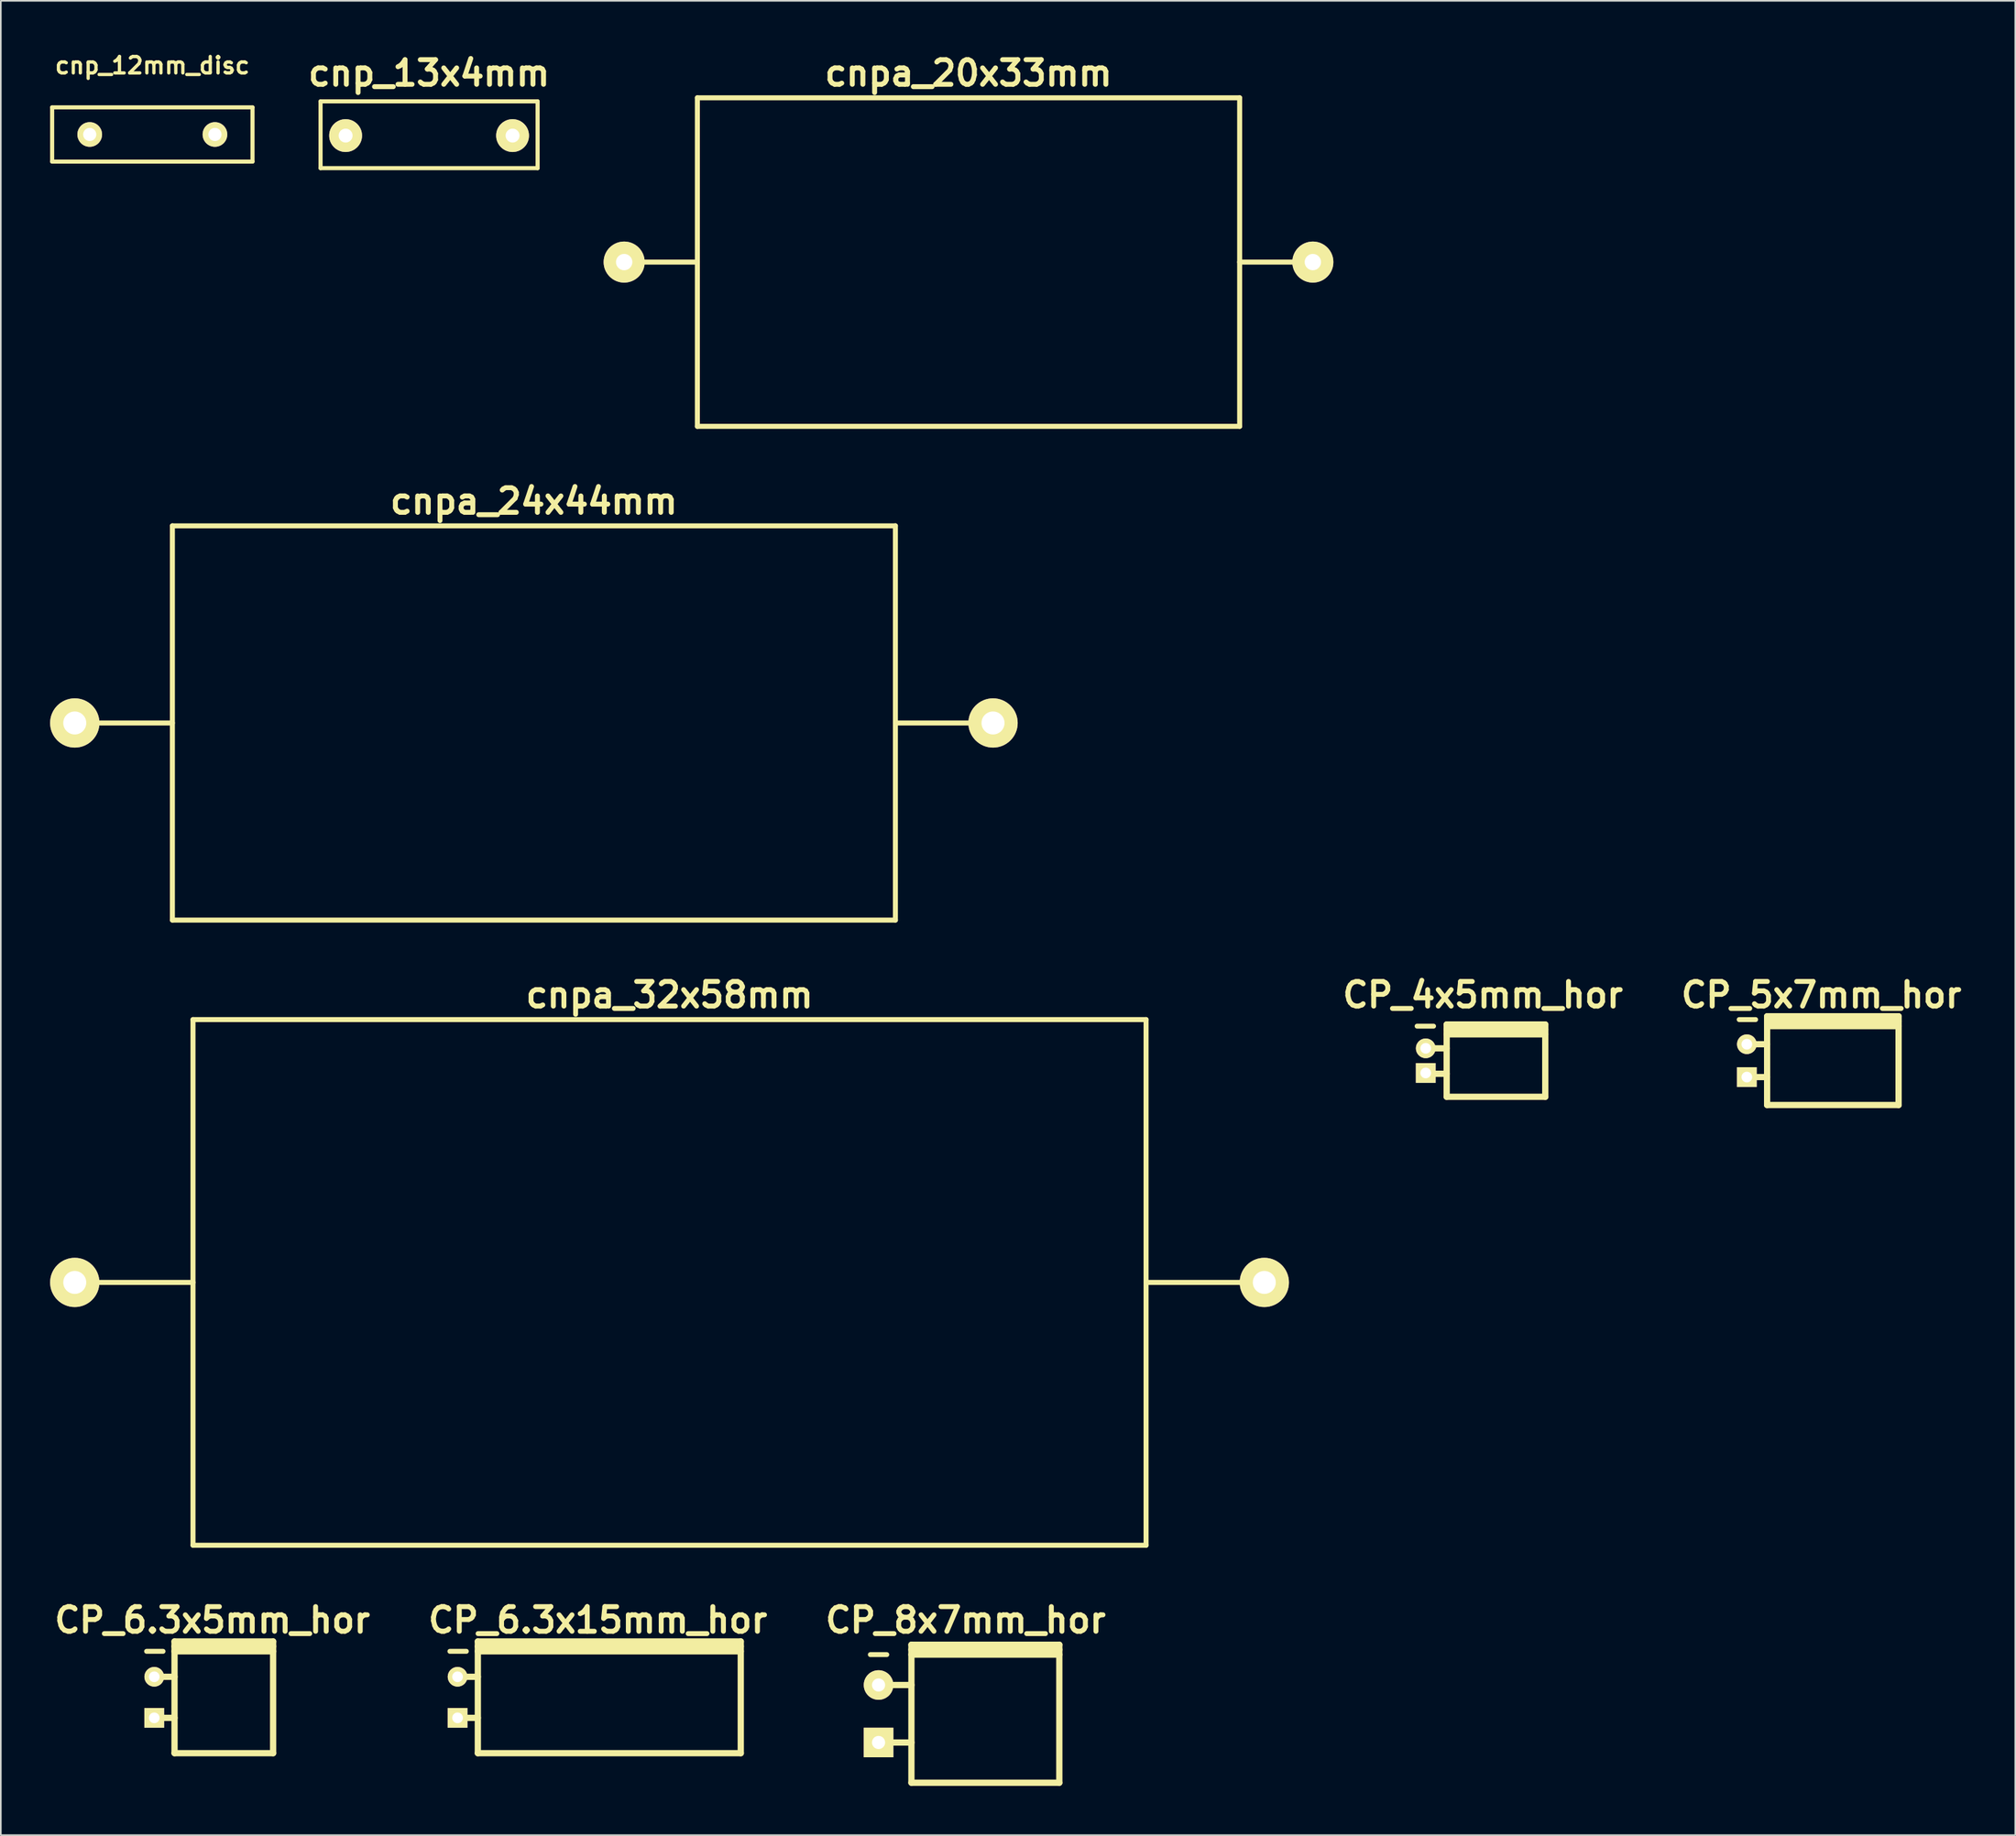
<source format=kicad_pcb>
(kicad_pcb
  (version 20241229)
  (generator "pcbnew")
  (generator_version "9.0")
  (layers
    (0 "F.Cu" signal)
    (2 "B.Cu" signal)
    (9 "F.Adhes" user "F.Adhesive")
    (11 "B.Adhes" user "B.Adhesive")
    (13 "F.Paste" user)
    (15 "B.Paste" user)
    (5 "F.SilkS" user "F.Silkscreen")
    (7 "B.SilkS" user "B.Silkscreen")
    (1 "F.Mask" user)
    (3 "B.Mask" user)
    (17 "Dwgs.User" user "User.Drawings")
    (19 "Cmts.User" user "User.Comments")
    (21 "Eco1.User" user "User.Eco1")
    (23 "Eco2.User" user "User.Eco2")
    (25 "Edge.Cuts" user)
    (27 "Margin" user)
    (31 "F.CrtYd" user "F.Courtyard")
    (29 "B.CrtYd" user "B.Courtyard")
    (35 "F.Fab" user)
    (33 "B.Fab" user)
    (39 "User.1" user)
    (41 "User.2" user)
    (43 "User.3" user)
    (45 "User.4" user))
  (footprint "cnpa_20x33mm"
    (layer "F.Cu")
    (at 55.888 12.904)
    (property "Reference" "cnpa_20x33mm" (at 0 -11.5 0) (layer "F.SilkS") (effects (font (size 1.5 1.5) (thickness 0.3))))
    (attr through_hole)
    (fp_line (start -16.5 -10) (end 16.5 -10) (stroke (width 0.305) (type solid)) (layer "F.SilkS"))
    (fp_line (start -16.5 0) (end -21.001 0) (stroke (width 0.305) (type solid)) (layer "F.SilkS"))
    (fp_line (start -16.5 10) (end -16.5 -10) (stroke (width 0.305) (type solid)) (layer "F.SilkS"))
    (fp_line (start 16.5 -10) (end 16.5 10) (stroke (width 0.305) (type solid)) (layer "F.SilkS"))
    (fp_line (start 16.5 10) (end -16.5 10) (stroke (width 0.305) (type solid)) (layer "F.SilkS"))
    (fp_line (start 20.998 0) (end 16.497 0) (stroke (width 0.305) (type solid)) (layer "F.SilkS"))
    (pad "1" thru_hole circle (at 20.955 0) (size 2.499 2.499) (drill 0.996) (layers "*.Cu" "*.Mask" "F.SilkS"))
    (pad "2" thru_hole circle (at -20.955 0) (size 2.499 2.499) (drill 0.996) (layers "*.Cu" "*.Mask" "F.SilkS")))
  (footprint "cnpa_24x44mm"
    (layer "F.Cu")
    (at 29.44 40.96)
    (property "Reference" "cnpa_24x44mm" (at 0 -13.5 0) (layer "F.SilkS") (effects (font (size 1.5 1.5) (thickness 0.3))))
    (attr through_hole)
    (fp_line (start -21.999 0) (end -28.001 0) (stroke (width 0.305) (type solid)) (layer "F.SilkS"))
    (fp_line (start -21.999 11.999) (end -21.999 -11.999) (stroke (width 0.305) (type solid)) (layer "F.SilkS"))
    (fp_line (start -21.999 11.999) (end 21.999 11.999) (stroke (width 0.305) (type solid)) (layer "F.SilkS"))
    (fp_line (start 21.999 -11.999) (end -21.999 -11.999) (stroke (width 0.305) (type solid)) (layer "F.SilkS"))
    (fp_line (start 21.999 -11.999) (end 21.999 11.999) (stroke (width 0.305) (type solid)) (layer "F.SilkS"))
    (fp_line (start 21.999 0) (end 28.001 0) (stroke (width 0.305) (type solid)) (layer "F.SilkS"))
    (pad "1" thru_hole circle (at 27.94 0) (size 3 3) (drill 1.4) (layers "*.Cu" "*.Mask" "F.SilkS"))
    (pad "2" thru_hole circle (at -27.94 0) (size 3 3) (drill 1.4) (layers "*.Cu" "*.Mask" "F.SilkS")))
  (footprint "CP_5x7mm_hor"
    (layer "F.Cu")
    (at 107.787 61.516)
    (property "Reference" "CP_5x7mm_hor" (at 0 -4 0) (layer "F.SilkS") (effects (font (size 1.5 1.5) (thickness 0.3))))
    (attr through_hole)
    (fp_line (start -5 -2.5) (end -4 -2.5) (stroke (width 0.3) (type solid)) (layer "F.SilkS"))
    (fp_line (start -4.5 -1) (end -3.3 -1) (stroke (width 0.381) (type solid)) (layer "F.SilkS"))
    (fp_line (start -4.5 1) (end -3.3 1) (stroke (width 0.381) (type solid)) (layer "F.SilkS"))
    (fp_line (start -3.3 -2.4) (end 4.7 -2.4) (stroke (width 0.381) (type solid)) (layer "F.SilkS"))
    (fp_line (start -3.3 -2.1) (end 4.7 -2.1) (stroke (width 0.381) (type solid)) (layer "F.SilkS"))
    (fp_line (start -3.3 2.7) (end -3.3 -2.7) (stroke (width 0.381) (type solid)) (layer "F.SilkS"))
    (fp_line (start 4.7 -2.7) (end -3.3 -2.7) (stroke (width 0.381) (type solid)) (layer "F.SilkS"))
    (fp_line (start 4.7 -2.7) (end 4.7 2.7) (stroke (width 0.381) (type solid)) (layer "F.SilkS"))
    (fp_line (start 4.7 2.7) (end -3.3 2.7) (stroke (width 0.381) (type solid)) (layer "F.SilkS"))
    (pad "1" thru_hole rect (at -4.534 1) (size 1.2 1.2) (drill 0.65) (layers "*.Cu" "*.Mask" "F.SilkS"))
    (pad "2" thru_hole circle (at -4.534 -1) (size 1.2 1.2) (drill 0.65) (layers "*.Cu" "*.Mask" "F.SilkS")))
  (footprint "CP_6.3x15mm_hor"
    (layer "F.Cu")
    (at 33.329 100.272)
    (property "Reference" "CP_6.3x15mm_hor" (at 0 -4.7 0) (layer "F.SilkS") (effects (font (size 1.5 1.5) (thickness 0.3))))
    (attr through_hole)
    (fp_line (start -9 -2.8) (end -8 -2.8) (stroke (width 0.3) (type solid)) (layer "F.SilkS"))
    (fp_line (start -8.5 -1.25) (end -7.3 -1.25) (stroke (width 0.381) (type solid)) (layer "F.SilkS"))
    (fp_line (start -8.5 1.25) (end -7.3 1.25) (stroke (width 0.381) (type solid)) (layer "F.SilkS"))
    (fp_line (start -7.3 -3.1) (end 8.7 -3.1) (stroke (width 0.381) (type solid)) (layer "F.SilkS"))
    (fp_line (start -7.3 -2.8) (end 8.7 -2.8) (stroke (width 0.381) (type solid)) (layer "F.SilkS"))
    (fp_line (start -7.3 3.4) (end -7.3 -3.4) (stroke (width 0.381) (type solid)) (layer "F.SilkS"))
    (fp_line (start 8.7 -3.4) (end -7.3 -3.4) (stroke (width 0.381) (type solid)) (layer "F.SilkS"))
    (fp_line (start 8.7 -3.4) (end 8.7 3.4) (stroke (width 0.381) (type solid)) (layer "F.SilkS"))
    (fp_line (start 8.7 3.4) (end -7.3 3.4) (stroke (width 0.381) (type solid)) (layer "F.SilkS"))
    (pad "1" thru_hole rect (at -8.534 1.25) (size 1.2 1.2) (drill 0.65) (layers "*.Cu" "*.Mask" "F.SilkS"))
    (pad "2" thru_hole circle (at -8.534 -1.25) (size 1.2 1.2) (drill 0.65) (layers "*.Cu" "*.Mask" "F.SilkS")))
  (footprint "CP_8x7mm_hor"
    (layer "F.Cu")
    (at 55.714 101.272)
    (property "Reference" "CP_8x7mm_hor" (at 0 -5.7 0) (layer "F.SilkS") (effects (font (size 1.5 1.5) (thickness 0.3))))
    (attr through_hole)
    (fp_line (start -5.8 -3.6) (end -4.8 -3.6) (stroke (width 0.3) (type solid)) (layer "F.SilkS"))
    (fp_line (start -5.3 -1.75) (end -3.3 -1.75) (stroke (width 0.381) (type solid)) (layer "F.SilkS"))
    (fp_line (start -5.3 1.75) (end -3.3 1.75) (stroke (width 0.381) (type solid)) (layer "F.SilkS"))
    (fp_line (start -3.3 -3.9) (end 5.7 -3.9) (stroke (width 0.381) (type solid)) (layer "F.SilkS"))
    (fp_line (start -3.3 -3.6) (end 5.7 -3.6) (stroke (width 0.381) (type solid)) (layer "F.SilkS"))
    (fp_line (start -3.3 4.2) (end -3.3 -4.2) (stroke (width 0.381) (type solid)) (layer "F.SilkS"))
    (fp_line (start 5.7 -4.2) (end -3.3 -4.2) (stroke (width 0.381) (type solid)) (layer "F.SilkS"))
    (fp_line (start 5.7 -4.2) (end 5.7 4.2) (stroke (width 0.381) (type solid)) (layer "F.SilkS"))
    (fp_line (start 5.7 4.2) (end -3.3 4.2) (stroke (width 0.381) (type solid)) (layer "F.SilkS"))
    (pad "1" thru_hole rect (at -5.3 1.75) (size 1.8 1.8) (drill 0.8) (layers "*.Cu" "*.Mask" "F.SilkS"))
    (pad "2" thru_hole circle (at -5.3 -1.75) (size 1.8 1.8) (drill 0.8) (layers "*.Cu" "*.Mask" "F.SilkS")))
  (footprint "cnp_12mm_disc"
    (layer "F.Cu")
    (at 6.22 5.136)
    (property "Reference" "cnp_12mm_disc" (at 0 -4.2 0) (layer "F.SilkS") (effects (font (size 1 1) (thickness 0.2))))
    (attr through_hole)
    (fp_line (start -6.096 -1.651) (end -6.096 1.651) (stroke (width 0.249) (type solid)) (layer "F.SilkS"))
    (fp_line (start -6.096 1.651) (end 6.096 1.651) (stroke (width 0.249) (type solid)) (layer "F.SilkS"))
    (fp_line (start 6.096 -1.651) (end -6.096 -1.651) (stroke (width 0.249) (type solid)) (layer "F.SilkS"))
    (fp_line (start 6.096 1.651) (end 6.096 -1.651) (stroke (width 0.249) (type solid)) (layer "F.SilkS"))
    (pad "1" thru_hole circle (at -3.81 0) (size 1.501 1.501) (drill 0.8) (layers "*.Cu" "*.Mask" "F.SilkS"))
    (pad "2" thru_hole circle (at 3.81 0) (size 1.501 1.501) (drill 0.8) (layers "*.Cu" "*.Mask" "F.SilkS")))
  (footprint "cnp_13x4mm"
    (layer "F.Cu")
    (at 23.062 5.204)
    (property "Reference" "cnp_13x4mm" (at 0 -3.8 0) (layer "F.SilkS") (effects (font (size 1.5 1.5) (thickness 0.3))))
    (attr through_hole)
    (fp_line (start -6.604 -2.083) (end -6.604 1.981) (stroke (width 0.249) (type solid)) (layer "F.SilkS"))
    (fp_line (start -6.604 -2.083) (end 6.604 -2.083) (stroke (width 0.249) (type solid)) (layer "F.SilkS"))
    (fp_line (start 6.604 1.981) (end -6.604 1.981) (stroke (width 0.249) (type solid)) (layer "F.SilkS"))
    (fp_line (start 6.604 1.981) (end 6.604 -2.083) (stroke (width 0.249) (type solid)) (layer "F.SilkS"))
    (pad "1" thru_hole circle (at -5.08 0) (size 1.999 1.999) (drill 0.848) (layers "*.Cu" "*.Mask" "F.SilkS"))
    (pad "2" thru_hole circle (at 5.08 0) (size 1.999 1.999) (drill 0.848) (layers "*.Cu" "*.Mask" "F.SilkS")))
  (footprint "cnpa_32x58mm"
    (layer "F.Cu")
    (at 37.694 75.016)
    (property "Reference" "cnpa_32x58mm" (at 0 -17.5 0) (layer "F.SilkS") (effects (font (size 1.5 1.5) (thickness 0.3))))
    (attr through_hole)
    (fp_line (start -28.999 -15.999) (end 28.999 -15.999) (stroke (width 0.305) (type solid)) (layer "F.SilkS"))
    (fp_line (start -28.999 0) (end -36.5 0) (stroke (width 0.305) (type solid)) (layer "F.SilkS"))
    (fp_line (start -28.999 15.999) (end -28.999 -15.999) (stroke (width 0.305) (type solid)) (layer "F.SilkS"))
    (fp_line (start 28.999 -15.999) (end 28.999 15.999) (stroke (width 0.305) (type solid)) (layer "F.SilkS"))
    (fp_line (start 28.999 0) (end 36.5 0) (stroke (width 0.305) (type solid)) (layer "F.SilkS"))
    (fp_line (start 28.999 15.999) (end -28.999 15.999) (stroke (width 0.305) (type solid)) (layer "F.SilkS"))
    (pad "1" thru_hole circle (at 36.195 0) (size 2.997 2.997) (drill 1.397) (layers "*.Cu" "*.Mask" "F.SilkS"))
    (pad "2" thru_hole circle (at -36.195 0) (size 2.997 2.997) (drill 1.397) (layers "*.Cu" "*.Mask" "F.SilkS")))
  (footprint "CP_6.3x5mm_hor"
    (layer "F.Cu")
    (at 9.871 100.272)
    (property "Reference" "CP_6.3x5mm_hor" (at 0 -4.7 0) (layer "F.SilkS") (effects (font (size 1.5 1.5) (thickness 0.3))))
    (attr through_hole)
    (fp_line (start -4 -2.8) (end -3 -2.8) (stroke (width 0.3) (type solid)) (layer "F.SilkS"))
    (fp_line (start -3.5 -1.25) (end -2.3 -1.25) (stroke (width 0.381) (type solid)) (layer "F.SilkS"))
    (fp_line (start -3.5 1.25) (end -2.3 1.25) (stroke (width 0.381) (type solid)) (layer "F.SilkS"))
    (fp_line (start -2.3 -3.1) (end 3.7 -3.1) (stroke (width 0.381) (type solid)) (layer "F.SilkS"))
    (fp_line (start -2.3 -2.8) (end 3.7 -2.8) (stroke (width 0.381) (type solid)) (layer "F.SilkS"))
    (fp_line (start -2.3 3.4) (end -2.3 -3.4) (stroke (width 0.381) (type solid)) (layer "F.SilkS"))
    (fp_line (start 3.7 -3.4) (end -2.3 -3.4) (stroke (width 0.381) (type solid)) (layer "F.SilkS"))
    (fp_line (start 3.7 -3.4) (end 3.7 3.4) (stroke (width 0.381) (type solid)) (layer "F.SilkS"))
    (fp_line (start 3.7 3.4) (end -2.3 3.4) (stroke (width 0.381) (type solid)) (layer "F.SilkS"))
    (pad "1" thru_hole rect (at -3.534 1.25) (size 1.2 1.2) (drill 0.65) (layers "*.Cu" "*.Mask" "F.SilkS"))
    (pad "2" thru_hole circle (at -3.534 -1.25) (size 1.2 1.2) (drill 0.65) (layers "*.Cu" "*.Mask" "F.SilkS")))
  (footprint "CP_4x5mm_hor"
    (layer "F.Cu")
    (at 87.187 61.516)
    (property "Reference" "CP_4x5mm_hor" (at 0 -4 0) (layer "F.SilkS") (effects (font (size 1.5 1.5) (thickness 0.3))))
    (attr through_hole)
    (fp_line (start -4 -2.1) (end -3 -2.1) (stroke (width 0.3) (type solid)) (layer "F.SilkS"))
    (fp_line (start -3.5 -0.75) (end -2.2 -0.75) (stroke (width 0.381) (type solid)) (layer "F.SilkS"))
    (fp_line (start -3.5 0.8) (end -2.2 0.8) (stroke (width 0.381) (type solid)) (layer "F.SilkS"))
    (fp_line (start -2.2 -1.9) (end 3.8 -1.9) (stroke (width 0.381) (type solid)) (layer "F.SilkS"))
    (fp_line (start -2.2 -1.6) (end 3.8 -1.6) (stroke (width 0.381) (type solid)) (layer "F.SilkS"))
    (fp_line (start -2.2 2.2) (end -2.2 -2.2) (stroke (width 0.381) (type solid)) (layer "F.SilkS"))
    (fp_line (start 3.8 -2.2) (end -2.2 -2.2) (stroke (width 0.381) (type solid)) (layer "F.SilkS"))
    (fp_line (start 3.8 -2.2) (end 3.8 2.2) (stroke (width 0.381) (type solid)) (layer "F.SilkS"))
    (fp_line (start 3.8 2.2) (end -2.2 2.2) (stroke (width 0.381) (type solid)) (layer "F.SilkS"))
    (pad "1" thru_hole rect (at -3.475 0.75) (size 1.2 1.2) (drill 0.65) (layers "*.Cu" "*.Mask" "F.SilkS"))
    (pad "2" thru_hole circle (at -3.475 -0.75) (size 1.2 1.2) (drill 0.65) (layers "*.Cu" "*.Mask" "F.SilkS")))
  (gr_rect
    (start -3 -3)
    (end 119.587 108.662)
    (stroke (width 0.1) (type default))
    (fill no)
    (layer "Edge.Cuts")))
</source>
